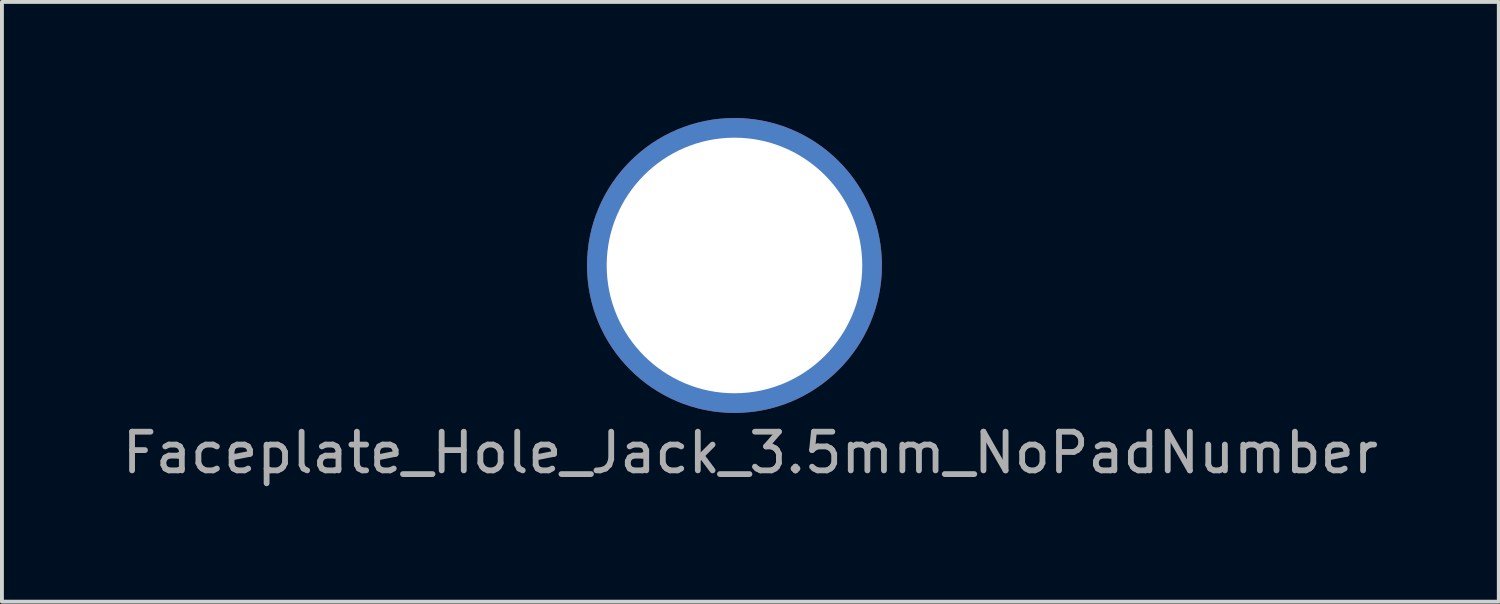
<source format=kicad_pcb>
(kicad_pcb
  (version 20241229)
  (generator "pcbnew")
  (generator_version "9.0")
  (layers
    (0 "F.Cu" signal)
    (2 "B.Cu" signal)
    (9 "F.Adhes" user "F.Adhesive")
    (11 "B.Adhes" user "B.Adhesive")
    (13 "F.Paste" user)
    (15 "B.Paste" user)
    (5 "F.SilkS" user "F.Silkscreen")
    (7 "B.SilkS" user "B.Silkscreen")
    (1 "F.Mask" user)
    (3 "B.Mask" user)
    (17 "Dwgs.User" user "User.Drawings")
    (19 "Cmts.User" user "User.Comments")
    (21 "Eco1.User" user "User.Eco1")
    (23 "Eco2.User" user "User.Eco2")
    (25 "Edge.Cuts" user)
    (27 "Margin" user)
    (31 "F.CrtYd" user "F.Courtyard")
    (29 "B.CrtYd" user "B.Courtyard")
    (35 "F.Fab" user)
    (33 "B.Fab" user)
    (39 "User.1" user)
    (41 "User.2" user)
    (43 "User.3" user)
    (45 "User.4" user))
  (footprint "Faceplate_Hole_Jack_3.5mm_NoPadNumber"
    (layer "F.Cu")
    (at 15.929 3.81)
    (property "Reference" "Faceplate_Hole_Jack_3.5mm_NoPadNumber" (at 0.41 4.84 0) (layer "F.Fab") (effects (font (size 1 1) (thickness 0.15))))
    (attr through_hole dnp)
    (fp_line (start -0.508 0) (end 0.508 0) (stroke (width 0.15) (type solid)) (layer "F.Fab"))
    (fp_line (start -0.508 0) (end 0.508 0) (stroke (width 0.15) (type solid)) (layer "F.Fab"))
    (fp_line (start 0 -0.508) (end 0 0.508) (stroke (width 0.15) (type solid)) (layer "F.Fab"))
    (fp_line (start 0 -0.508) (end 0 0.508) (stroke (width 0.15) (type solid)) (layer "F.Fab"))
    (pad "" thru_hole circle (at 0 0) (size 7.62 7.62) (drill 6.604) (layers "*.Cu" "*.Mask")))
  (gr_rect
    (start -3 -3)
    (end 35.679 12.498)
    (stroke (width 0.1) (type default))
    (fill no)
    (layer "Edge.Cuts")))
</source>
